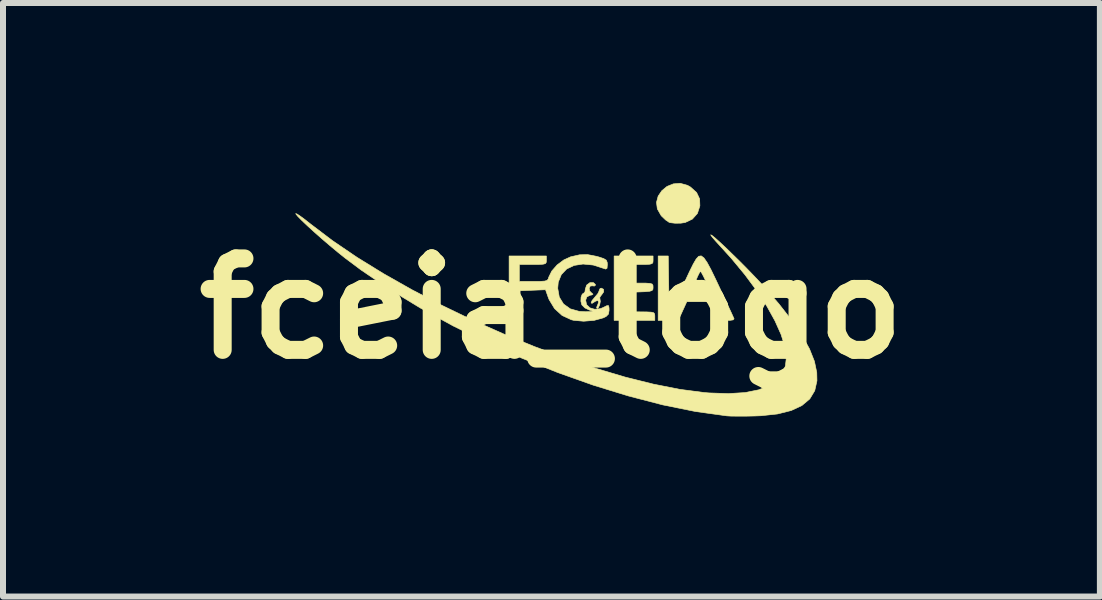
<source format=kicad_pcb>
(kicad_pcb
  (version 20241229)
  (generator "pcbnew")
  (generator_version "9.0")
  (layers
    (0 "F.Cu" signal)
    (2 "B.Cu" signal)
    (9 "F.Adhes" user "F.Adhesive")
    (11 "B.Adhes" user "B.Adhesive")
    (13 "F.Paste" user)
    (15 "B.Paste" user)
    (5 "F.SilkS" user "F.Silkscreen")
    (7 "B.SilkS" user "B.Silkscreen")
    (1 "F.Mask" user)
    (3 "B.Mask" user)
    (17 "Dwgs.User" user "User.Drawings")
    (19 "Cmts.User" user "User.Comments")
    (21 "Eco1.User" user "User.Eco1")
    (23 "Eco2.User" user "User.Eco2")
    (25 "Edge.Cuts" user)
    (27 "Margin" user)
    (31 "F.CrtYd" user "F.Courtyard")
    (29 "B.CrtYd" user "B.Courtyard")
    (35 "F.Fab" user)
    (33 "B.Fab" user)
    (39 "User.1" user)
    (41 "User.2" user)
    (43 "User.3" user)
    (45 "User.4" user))
  (footprint "fceia_logo"
    (layer "F.Cu")
    (at 6.14 2.091)
    (property "Reference" "fceia_logo" (at 0 0 0) (layer "F.SilkS") (effects (font (size 1.524 1.524) (thickness 0.3))))
    (attr through_hole)
    (fp_poly (pts (xy 2.266 -2.053) (xy 2.317 -2.024) (xy 2.419 -1.932) (xy 2.469 -1.826) (xy 2.473 -1.71) (xy 2.432 -1.584) (xy 2.348 -1.49) (xy 2.228 -1.433) (xy 2.155 -1.422) (xy 2.06 -1.421) (xy 1.982 -1.43) (xy 1.959 -1.437) (xy 1.903 -1.475) (xy 1.839 -1.536) (xy 1.825 -1.552) (xy 1.764 -1.66) (xy 1.75 -1.769) (xy 1.778 -1.873) (xy 1.839 -1.963) (xy 1.925 -2.034) (xy 2.031 -2.077) (xy 2.146 -2.086) (xy 2.266 -2.053)) (stroke (width 0.01) (type solid)) (fill yes) (layer "F.SilkS"))
    (fp_poly (pts (xy 0.868 -0.32) (xy 0.87 -0.277) (xy 0.835 -0.227) (xy 0.833 -0.226) (xy 0.805 -0.186) (xy 0.807 -0.165) (xy 0.814 -0.118) (xy 0.803 -0.059) (xy 0.78 -0.012) (xy 0.761 0) (xy 0.752 -0.019) (xy 0.768 -0.055) (xy 0.787 -0.11) (xy 0.77 -0.135) (xy 0.726 -0.118) (xy 0.72 -0.113) (xy 0.675 -0.085) (xy 0.661 -0.095) (xy 0.676 -0.132) (xy 0.721 -0.186) (xy 0.723 -0.189) (xy 0.772 -0.247) (xy 0.795 -0.295) (xy 0.795 -0.303) (xy 0.811 -0.334) (xy 0.831 -0.339) (xy 0.868 -0.32)) (stroke (width 0.01) (type solid)) (fill yes) (layer "F.SilkS"))
    (fp_poly (pts (xy 1.693 -0.804) (xy 1.691 -0.77) (xy 1.677 -0.749) (xy 1.64 -0.738) (xy 1.569 -0.734) (xy 1.453 -0.734) (xy 1.214 -0.734) (xy 1.214 -0.423) (xy 1.453 -0.423) (xy 1.57 -0.423) (xy 1.641 -0.418) (xy 1.677 -0.408) (xy 1.691 -0.387) (xy 1.693 -0.354) (xy 1.691 -0.32) (xy 1.675 -0.299) (xy 1.635 -0.287) (xy 1.559 -0.28) (xy 1.46 -0.276) (xy 1.228 -0.268) (xy 1.219 -0.106) (xy 1.211 0.056) (xy 1.466 0.056) (xy 1.587 0.057) (xy 1.662 0.061) (xy 1.702 0.07) (xy 1.718 0.089) (xy 1.722 0.12) (xy 1.722 0.127) (xy 1.722 0.198) (xy 1.044 0.198) (xy 1.044 -0.875) (xy 1.693 -0.875) (xy 1.693 -0.804)) (stroke (width 0.01) (type solid)) (fill yes) (layer "F.SilkS"))
    (fp_poly (pts (xy 2.54 -0.844) (xy 2.593 -0.768) (xy 2.659 -0.646) (xy 2.741 -0.477) (xy 2.794 -0.364) (xy 2.868 -0.207) (xy 2.933 -0.066) (xy 2.987 0.049) (xy 3.024 0.13) (xy 3.042 0.17) (xy 3.043 0.172) (xy 3.026 0.19) (xy 2.97 0.198) (xy 2.964 0.198) (xy 2.912 0.192) (xy 2.874 0.168) (xy 2.839 0.114) (xy 2.804 0.042) (xy 2.733 -0.113) (xy 2.255 -0.113) (xy 2.184 0.042) (xy 2.113 0.198) (xy 1.778 0.198) (xy 1.778 -0.875) (xy 1.946 -0.875) (xy 1.954 -0.365) (xy 1.961 0.145) (xy 2.074 -0.117) (xy 2.141 -0.268) (xy 2.168 -0.328) (xy 2.356 -0.328) (xy 2.361 -0.295) (xy 2.394 -0.283) (xy 2.461 -0.282) (xy 2.493 -0.282) (xy 2.65 -0.282) (xy 2.574 -0.451) (xy 2.533 -0.537) (xy 2.5 -0.598) (xy 2.484 -0.62) (xy 2.466 -0.597) (xy 2.436 -0.537) (xy 2.421 -0.501) (xy 2.377 -0.393) (xy 2.356 -0.328) (xy 2.168 -0.328) (xy 2.217 -0.436) (xy 2.289 -0.591) (xy 2.306 -0.627) (xy 2.363 -0.742) (xy 2.411 -0.824) (xy 2.453 -0.87) (xy 2.495 -0.877) (xy 2.54 -0.844)) (stroke (width 0.01) (type solid)) (fill yes) (layer "F.SilkS"))
    (fp_poly (pts (xy -4.241 -1.575) (xy -4.186 -1.539) (xy -4.105 -1.479) (xy -4.015 -1.408) (xy -3.648 -1.13) (xy -3.241 -0.853) (xy -2.798 -0.58) (xy -2.328 -0.314) (xy -1.835 -0.057) (xy -1.326 0.189) (xy -0.809 0.419) (xy -0.288 0.633) (xy 0.229 0.826) (xy 0.737 0.997) (xy 1.228 1.143) (xy 1.697 1.26) (xy 2.137 1.347) (xy 2.542 1.4) (xy 2.625 1.407) (xy 2.949 1.418) (xy 3.225 1.401) (xy 3.454 1.355) (xy 3.637 1.279) (xy 3.775 1.173) (xy 3.868 1.038) (xy 3.898 0.959) (xy 3.915 0.813) (xy 3.89 0.637) (xy 3.826 0.433) (xy 3.725 0.207) (xy 3.59 -0.037) (xy 3.422 -0.295) (xy 3.224 -0.562) (xy 2.998 -0.835) (xy 2.804 -1.049) (xy 2.733 -1.127) (xy 2.679 -1.189) (xy 2.654 -1.225) (xy 2.653 -1.228) (xy 2.671 -1.221) (xy 2.723 -1.179) (xy 2.801 -1.109) (xy 2.9 -1.017) (xy 3.012 -0.908) (xy 3.133 -0.79) (xy 3.255 -0.667) (xy 3.372 -0.546) (xy 3.478 -0.434) (xy 3.528 -0.38) (xy 3.79 -0.077) (xy 4.005 0.198) (xy 4.175 0.447) (xy 4.3 0.674) (xy 4.382 0.88) (xy 4.421 1.067) (xy 4.424 1.205) (xy 4.387 1.37) (xy 4.304 1.507) (xy 4.173 1.617) (xy 3.995 1.7) (xy 3.769 1.757) (xy 3.493 1.787) (xy 3.387 1.791) (xy 3.239 1.794) (xy 3.102 1.794) (xy 2.99 1.793) (xy 2.921 1.789) (xy 2.402 1.717) (xy 1.854 1.606) (xy 1.284 1.458) (xy 0.698 1.278) (xy 0.106 1.068) (xy -0.486 0.831) (xy -1.07 0.571) (xy -1.639 0.29) (xy -2.184 -0.008) (xy -2.699 -0.32) (xy -3.176 -0.644) (xy -3.438 -0.84) (xy -3.559 -0.937) (xy -3.69 -1.046) (xy -3.822 -1.159) (xy -3.949 -1.271) (xy -4.063 -1.375) (xy -4.158 -1.465) (xy -4.226 -1.534) (xy -4.259 -1.575) (xy -4.262 -1.582) (xy -4.241 -1.575)) (stroke (width 0.01) (type solid)) (fill yes) (layer "F.SilkS"))
    (fp_poly (pts (xy 0.748 -0.87) (xy 0.785 -0.86) (xy 0.87 -0.832) (xy 0.914 -0.805) (xy 0.929 -0.767) (xy 0.931 -0.73) (xy 0.926 -0.671) (xy 0.904 -0.657) (xy 0.882 -0.664) (xy 0.697 -0.724) (xy 0.526 -0.741) (xy 0.377 -0.718) (xy 0.254 -0.659) (xy 0.164 -0.565) (xy 0.113 -0.439) (xy 0.104 -0.337) (xy 0.13 -0.19) (xy 0.201 -0.075) (xy 0.314 0.006) (xy 0.463 0.048) (xy 0.569 0.054) (xy 0.652 0.052) (xy 0.685 0.047) (xy 0.671 0.038) (xy 0.629 0.025) (xy 0.556 -0.01) (xy 0.507 -0.059) (xy 0.506 -0.06) (xy 0.49 -0.121) (xy 0.493 -0.189) (xy 0.513 -0.24) (xy 0.537 -0.254) (xy 0.558 -0.278) (xy 0.564 -0.324) (xy 0.586 -0.39) (xy 0.639 -0.43) (xy 0.699 -0.431) (xy 0.731 -0.401) (xy 0.734 -0.39) (xy 0.713 -0.373) (xy 0.69 -0.378) (xy 0.647 -0.375) (xy 0.628 -0.339) (xy 0.637 -0.292) (xy 0.661 -0.266) (xy 0.692 -0.239) (xy 0.674 -0.226) (xy 0.644 -0.221) (xy 0.589 -0.193) (xy 0.57 -0.139) (xy 0.585 -0.064) (xy 0.64 -0.011) (xy 0.721 0.013) (xy 0.815 0.003) (xy 0.858 -0.015) (xy 0.923 -0.047) (xy 0.952 -0.047) (xy 0.959 -0.01) (xy 0.96 0.03) (xy 0.95 0.093) (xy 0.91 0.133) (xy 0.863 0.156) (xy 0.71 0.198) (xy 0.536 0.212) (xy 0.37 0.197) (xy 0.33 0.187) (xy 0.177 0.116) (xy 0.051 0.001) (xy -0.039 -0.148) (xy -0.051 -0.177) (xy -0.099 -0.313) (xy -0.522 -0.296) (xy -0.53 -0.049) (xy -0.538 0.198) (xy -0.706 0.198) (xy -0.706 -0.875) (xy -0.085 -0.875) (xy -0.085 -0.804) (xy -0.087 -0.769) (xy -0.102 -0.748) (xy -0.141 -0.738) (xy -0.215 -0.734) (xy -0.31 -0.734) (xy -0.536 -0.734) (xy -0.536 -0.452) (xy -0.299 -0.452) (xy -0.184 -0.452) (xy -0.112 -0.457) (xy -0.073 -0.469) (xy -0.054 -0.492) (xy -0.045 -0.523) (xy 0.005 -0.624) (xy 0.093 -0.725) (xy 0.205 -0.809) (xy 0.319 -0.861) (xy 0.469 -0.895) (xy 0.603 -0.898) (xy 0.748 -0.87)) (stroke (width 0.01) (type solid)) (fill yes) (layer "F.SilkS")))
  (gr_rect
    (start -3 -3)
    (end 15.279 6.891)
    (stroke (width 0.1) (type default))
    (fill no)
    (layer "Edge.Cuts")))
</source>
